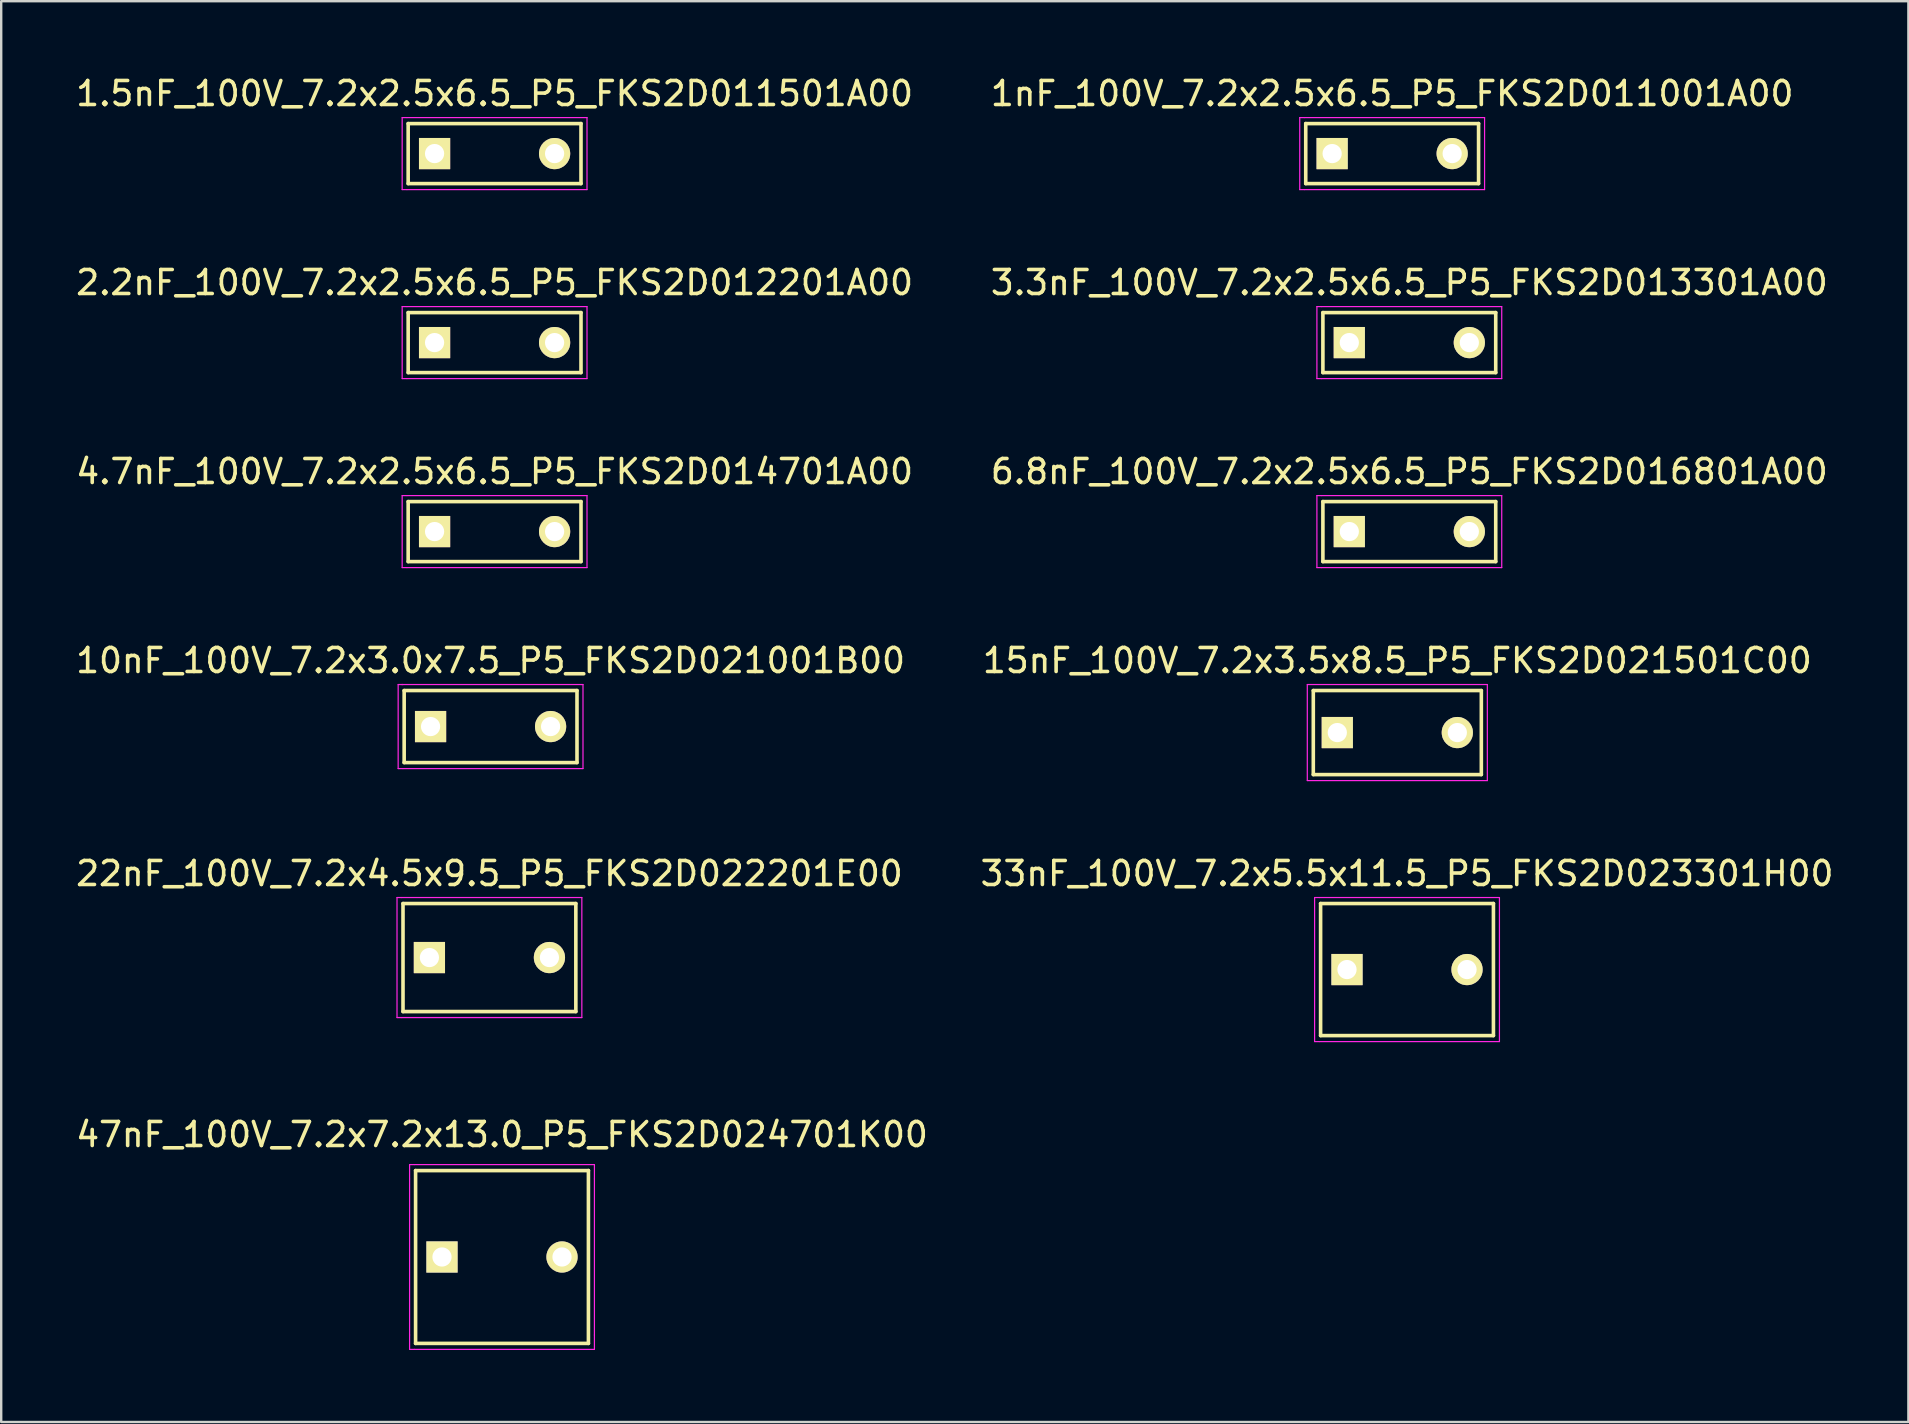
<source format=kicad_pcb>
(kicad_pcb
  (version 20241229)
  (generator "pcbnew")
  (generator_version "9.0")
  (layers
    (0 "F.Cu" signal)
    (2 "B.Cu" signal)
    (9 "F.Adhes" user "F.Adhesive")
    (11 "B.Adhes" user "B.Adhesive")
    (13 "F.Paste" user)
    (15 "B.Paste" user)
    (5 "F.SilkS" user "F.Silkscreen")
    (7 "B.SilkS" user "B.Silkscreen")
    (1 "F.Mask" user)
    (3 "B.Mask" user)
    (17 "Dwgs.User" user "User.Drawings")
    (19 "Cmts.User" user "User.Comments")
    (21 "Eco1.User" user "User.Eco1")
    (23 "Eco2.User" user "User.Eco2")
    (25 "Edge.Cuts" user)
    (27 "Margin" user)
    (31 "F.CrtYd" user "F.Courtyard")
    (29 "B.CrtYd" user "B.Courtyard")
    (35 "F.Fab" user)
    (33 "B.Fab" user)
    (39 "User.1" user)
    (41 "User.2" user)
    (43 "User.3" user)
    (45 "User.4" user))
  (footprint "47nF_100V_7.2x7.2x13.0_P5_FKS2D024701K00"
    (layer "F.Cu")
    (at 15.363 49.315)
    (property "Reference" "47nF_100V_7.2x7.2x13.0_P5_FKS2D024701K00" (at 2.5 -5.1 0) (layer "F.SilkS") (effects (font (size 1 1) (thickness 0.15))))
    (attr through_hole)
    (fp_line (start -1.1 -3.6) (end -1.1 3.6) (stroke (width 0.15) (type solid)) (layer "F.SilkS"))
    (fp_line (start -1.1 -3.6) (end 6.1 -3.6) (stroke (width 0.15) (type solid)) (layer "F.SilkS"))
    (fp_line (start 6.1 -3.6) (end 6.1 3.6) (stroke (width 0.15) (type solid)) (layer "F.SilkS"))
    (fp_line (start 6.1 3.6) (end -1.1 3.6) (stroke (width 0.15) (type solid)) (layer "F.SilkS"))
    (fp_line (start -1.35 -3.25) (end -1.35 -3.85) (stroke (width 0.05) (type solid)) (layer "F.CrtYd"))
    (fp_line (start -1.35 3.25) (end -1.35 -3.25) (stroke (width 0.05) (type solid)) (layer "F.CrtYd"))
    (fp_line (start -1.35 3.25) (end -1.35 3.85) (stroke (width 0.05) (type solid)) (layer "F.CrtYd"))
    (fp_line (start -1.15 -3.85) (end -1.35 -3.85) (stroke (width 0.05) (type solid)) (layer "F.CrtYd"))
    (fp_line (start -1.15 -3.85) (end 6.35 -3.85) (stroke (width 0.05) (type solid)) (layer "F.CrtYd"))
    (fp_line (start -1.15 3.85) (end -1.35 3.85) (stroke (width 0.05) (type solid)) (layer "F.CrtYd"))
    (fp_line (start 6.35 -3.85) (end 6.35 -3.25) (stroke (width 0.05) (type solid)) (layer "F.CrtYd"))
    (fp_line (start 6.35 -3.25) (end 6.35 3.25) (stroke (width 0.05) (type solid)) (layer "F.CrtYd"))
    (fp_line (start 6.35 3.25) (end 6.35 3.85) (stroke (width 0.05) (type solid)) (layer "F.CrtYd"))
    (fp_line (start 6.35 3.85) (end -1.15 3.85) (stroke (width 0.05) (type solid)) (layer "F.CrtYd"))
    (pad "1" thru_hole rect (at 0 0) (size 1.3 1.3) (drill 0.8) (layers "*.Cu" "*.Mask" "F.SilkS"))
    (pad "2" thru_hole circle (at 5 0) (size 1.3 1.3) (drill 0.8) (layers "*.Cu" "*.Mask" "F.SilkS")))
  (footprint "15nF_100V_7.2x3.5x8.5_P5_FKS2D021501C00"
    (layer "F.Cu")
    (at 52.661 27.468)
    (property "Reference" "15nF_100V_7.2x3.5x8.5_P5_FKS2D021501C00" (at 2.5 -3 0) (layer "F.SilkS") (effects (font (size 1 1) (thickness 0.15))))
    (attr through_hole)
    (fp_line (start -1 -1.75) (end 6 -1.75) (stroke (width 0.15) (type solid)) (layer "F.SilkS"))
    (fp_line (start -1 1.75) (end -1 -1.75) (stroke (width 0.15) (type solid)) (layer "F.SilkS"))
    (fp_line (start 6 -1.75) (end 6 1.75) (stroke (width 0.15) (type solid)) (layer "F.SilkS"))
    (fp_line (start 6 1.75) (end -1 1.75) (stroke (width 0.15) (type solid)) (layer "F.SilkS"))
    (fp_line (start -1.25 -2) (end 6.25 -2) (stroke (width 0.05) (type solid)) (layer "F.CrtYd"))
    (fp_line (start -1.25 2) (end -1.25 -2) (stroke (width 0.05) (type solid)) (layer "F.CrtYd"))
    (fp_line (start 6.25 -2) (end 6.25 2) (stroke (width 0.05) (type solid)) (layer "F.CrtYd"))
    (fp_line (start 6.25 2) (end -1.25 2) (stroke (width 0.05) (type solid)) (layer "F.CrtYd"))
    (pad "1" thru_hole rect (at 0 0) (size 1.3 1.3) (drill 0.8) (layers "*.Cu" "*.Mask" "F.SilkS"))
    (pad "2" thru_hole circle (at 5 0) (size 1.3 1.3) (drill 0.8) (layers "*.Cu" "*.Mask" "F.SilkS")))
  (footprint "1.5nF_100V_7.2x2.5x6.5_P5_FKS2D011501A00"
    (layer "F.Cu")
    (at 15.054 3.348)
    (property "Reference" "1.5nF_100V_7.2x2.5x6.5_P5_FKS2D011501A00" (at 2.5 -2.5 0) (layer "F.SilkS") (effects (font (size 1 1) (thickness 0.15))))
    (attr through_hole)
    (fp_line (start -1.1 -1.25) (end 6.1 -1.25) (stroke (width 0.15) (type solid)) (layer "F.SilkS"))
    (fp_line (start -1.1 1.25) (end -1.1 -1.25) (stroke (width 0.15) (type solid)) (layer "F.SilkS"))
    (fp_line (start 6.1 -1.25) (end 6.1 1.25) (stroke (width 0.15) (type solid)) (layer "F.SilkS"))
    (fp_line (start 6.1 1.25) (end -1.1 1.25) (stroke (width 0.15) (type solid)) (layer "F.SilkS"))
    (fp_line (start -1.35 1.5) (end -1.35 -1.5) (stroke (width 0.05) (type solid)) (layer "F.CrtYd"))
    (fp_line (start -1.15 -1.5) (end -1.35 -1.5) (stroke (width 0.05) (type solid)) (layer "F.CrtYd"))
    (fp_line (start -1.15 -1.5) (end 6.35 -1.5) (stroke (width 0.05) (type solid)) (layer "F.CrtYd"))
    (fp_line (start -1.15 1.5) (end -1.35 1.5) (stroke (width 0.05) (type solid)) (layer "F.CrtYd"))
    (fp_line (start 6.35 -1.5) (end 6.35 1.5) (stroke (width 0.05) (type solid)) (layer "F.CrtYd"))
    (fp_line (start 6.35 1.5) (end -1.15 1.5) (stroke (width 0.05) (type solid)) (layer "F.CrtYd"))
    (pad "1" thru_hole rect (at 0 0) (size 1.3 1.3) (drill 0.8) (layers "*.Cu" "*.Mask" "F.SilkS"))
    (pad "2" thru_hole circle (at 5 0) (size 1.3 1.3) (drill 0.8) (layers "*.Cu" "*.Mask" "F.SilkS")))
  (footprint "33nF_100V_7.2x5.5x11.5_P5_FKS2D023301H00"
    (layer "F.Cu")
    (at 53.065 37.341)
    (property "Reference" "33nF_100V_7.2x5.5x11.5_P5_FKS2D023301H00" (at 2.5 -4 0) (layer "F.SilkS") (effects (font (size 1 1) (thickness 0.15))))
    (attr through_hole)
    (fp_line (start -1.1 -2.75) (end 6.1 -2.75) (stroke (width 0.15) (type solid)) (layer "F.SilkS"))
    (fp_line (start -1.1 2.75) (end -1.1 -2.75) (stroke (width 0.15) (type solid)) (layer "F.SilkS"))
    (fp_line (start 6.1 -2.75) (end 6.1 2.75) (stroke (width 0.15) (type solid)) (layer "F.SilkS"))
    (fp_line (start 6.1 2.75) (end -1.1 2.75) (stroke (width 0.15) (type solid)) (layer "F.SilkS"))
    (fp_line (start -1.35 3) (end -1.35 -3) (stroke (width 0.05) (type solid)) (layer "F.CrtYd"))
    (fp_line (start -1.15 -3) (end -1.35 -3) (stroke (width 0.05) (type solid)) (layer "F.CrtYd"))
    (fp_line (start -1.15 -3) (end 6.35 -3) (stroke (width 0.05) (type solid)) (layer "F.CrtYd"))
    (fp_line (start -1.15 3) (end -1.35 3) (stroke (width 0.05) (type solid)) (layer "F.CrtYd"))
    (fp_line (start 6.35 -3) (end 6.35 3) (stroke (width 0.05) (type solid)) (layer "F.CrtYd"))
    (fp_line (start 6.35 3) (end -1.15 3) (stroke (width 0.05) (type solid)) (layer "F.CrtYd"))
    (pad "1" thru_hole rect (at 0 0) (size 1.3 1.3) (drill 0.8) (layers "*.Cu" "*.Mask" "F.SilkS"))
    (pad "2" thru_hole circle (at 5 0) (size 1.3 1.3) (drill 0.8) (layers "*.Cu" "*.Mask" "F.SilkS")))
  (footprint "2.2nF_100V_7.2x2.5x6.5_P5_FKS2D012201A00"
    (layer "F.Cu")
    (at 15.054 11.222)
    (property "Reference" "2.2nF_100V_7.2x2.5x6.5_P5_FKS2D012201A00" (at 2.5 -2.5 0) (layer "F.SilkS") (effects (font (size 1 1) (thickness 0.15))))
    (attr through_hole)
    (fp_line (start -1.1 -1.25) (end 6.1 -1.25) (stroke (width 0.15) (type solid)) (layer "F.SilkS"))
    (fp_line (start -1.1 1.25) (end -1.1 -1.25) (stroke (width 0.15) (type solid)) (layer "F.SilkS"))
    (fp_line (start 6.1 -1.25) (end 6.1 1.25) (stroke (width 0.15) (type solid)) (layer "F.SilkS"))
    (fp_line (start 6.1 1.25) (end -1.1 1.25) (stroke (width 0.15) (type solid)) (layer "F.SilkS"))
    (fp_line (start -1.35 1.5) (end -1.35 -1.5) (stroke (width 0.05) (type solid)) (layer "F.CrtYd"))
    (fp_line (start -1.15 -1.5) (end -1.35 -1.5) (stroke (width 0.05) (type solid)) (layer "F.CrtYd"))
    (fp_line (start -1.15 -1.5) (end 6.35 -1.5) (stroke (width 0.05) (type solid)) (layer "F.CrtYd"))
    (fp_line (start -1.15 1.5) (end -1.35 1.5) (stroke (width 0.05) (type solid)) (layer "F.CrtYd"))
    (fp_line (start 6.35 -1.5) (end 6.35 1.5) (stroke (width 0.05) (type solid)) (layer "F.CrtYd"))
    (fp_line (start 6.35 1.5) (end -1.15 1.5) (stroke (width 0.05) (type solid)) (layer "F.CrtYd"))
    (pad "1" thru_hole rect (at 0 0) (size 1.3 1.3) (drill 0.8) (layers "*.Cu" "*.Mask" "F.SilkS"))
    (pad "2" thru_hole circle (at 5 0) (size 1.3 1.3) (drill 0.8) (layers "*.Cu" "*.Mask" "F.SilkS")))
  (footprint "3.3nF_100V_7.2x2.5x6.5_P5_FKS2D013301A00"
    (layer "F.Cu")
    (at 53.161 11.222)
    (property "Reference" "3.3nF_100V_7.2x2.5x6.5_P5_FKS2D013301A00" (at 2.5 -2.5 0) (layer "F.SilkS") (effects (font (size 1 1) (thickness 0.15))))
    (attr through_hole)
    (fp_line (start -1.1 -1.25) (end 6.1 -1.25) (stroke (width 0.15) (type solid)) (layer "F.SilkS"))
    (fp_line (start -1.1 1.25) (end -1.1 -1.25) (stroke (width 0.15) (type solid)) (layer "F.SilkS"))
    (fp_line (start 6.1 -1.25) (end 6.1 1.25) (stroke (width 0.15) (type solid)) (layer "F.SilkS"))
    (fp_line (start 6.1 1.25) (end -1.1 1.25) (stroke (width 0.15) (type solid)) (layer "F.SilkS"))
    (fp_line (start -1.35 1.5) (end -1.35 -1.5) (stroke (width 0.05) (type solid)) (layer "F.CrtYd"))
    (fp_line (start -1.15 -1.5) (end -1.35 -1.5) (stroke (width 0.05) (type solid)) (layer "F.CrtYd"))
    (fp_line (start -1.15 -1.5) (end 6.35 -1.5) (stroke (width 0.05) (type solid)) (layer "F.CrtYd"))
    (fp_line (start -1.15 1.5) (end -1.35 1.5) (stroke (width 0.05) (type solid)) (layer "F.CrtYd"))
    (fp_line (start 6.35 -1.5) (end 6.35 1.5) (stroke (width 0.05) (type solid)) (layer "F.CrtYd"))
    (fp_line (start 6.35 1.5) (end -1.15 1.5) (stroke (width 0.05) (type solid)) (layer "F.CrtYd"))
    (pad "1" thru_hole rect (at 0 0) (size 1.3 1.3) (drill 0.8) (layers "*.Cu" "*.Mask" "F.SilkS"))
    (pad "2" thru_hole circle (at 5 0) (size 1.3 1.3) (drill 0.8) (layers "*.Cu" "*.Mask" "F.SilkS")))
  (footprint "10nF_100V_7.2x3.0x7.5_P5_FKS2D021001B00"
    (layer "F.Cu")
    (at 14.887 27.218)
    (property "Reference" "10nF_100V_7.2x3.0x7.5_P5_FKS2D021001B00" (at 2.5 -2.75 0) (layer "F.SilkS") (effects (font (size 1 1) (thickness 0.15))))
    (attr through_hole)
    (fp_line (start -1.1 -1.5) (end 6.1 -1.5) (stroke (width 0.15) (type solid)) (layer "F.SilkS"))
    (fp_line (start -1.1 1.5) (end -1.1 -1.5) (stroke (width 0.15) (type solid)) (layer "F.SilkS"))
    (fp_line (start 6.1 -1.5) (end 6.1 1.5) (stroke (width 0.15) (type solid)) (layer "F.SilkS"))
    (fp_line (start 6.1 1.5) (end -1.1 1.5) (stroke (width 0.15) (type solid)) (layer "F.SilkS"))
    (fp_line (start -1.35 1.75) (end -1.35 -1.75) (stroke (width 0.05) (type solid)) (layer "F.CrtYd"))
    (fp_line (start -1.2 -1.75) (end 6.3 -1.75) (stroke (width 0.05) (type solid)) (layer "F.CrtYd"))
    (fp_line (start -1.15 -1.75) (end -1.35 -1.75) (stroke (width 0.05) (type solid)) (layer "F.CrtYd"))
    (fp_line (start -1.15 1.75) (end -1.35 1.75) (stroke (width 0.05) (type solid)) (layer "F.CrtYd"))
    (fp_line (start 6.35 -1.75) (end 6.3 -1.75) (stroke (width 0.05) (type solid)) (layer "F.CrtYd"))
    (fp_line (start 6.35 1.75) (end -1.15 1.75) (stroke (width 0.05) (type solid)) (layer "F.CrtYd"))
    (fp_line (start 6.35 1.75) (end 6.35 -1.75) (stroke (width 0.05) (type solid)) (layer "F.CrtYd"))
    (pad "1" thru_hole rect (at 0 0) (size 1.3 1.3) (drill 0.8) (layers "*.Cu" "*.Mask" "F.SilkS"))
    (pad "2" thru_hole circle (at 5 0) (size 1.3 1.3) (drill 0.8) (layers "*.Cu" "*.Mask" "F.SilkS")))
  (footprint "22nF_100V_7.2x4.5x9.5_P5_FKS2D022201E00"
    (layer "F.Cu")
    (at 14.839 36.841)
    (property "Reference" "22nF_100V_7.2x4.5x9.5_P5_FKS2D022201E00" (at 2.5 -3.5 0) (layer "F.SilkS") (effects (font (size 1 1) (thickness 0.15))))
    (attr through_hole)
    (fp_line (start -1.1 -2.25) (end 6.1 -2.25) (stroke (width 0.15) (type solid)) (layer "F.SilkS"))
    (fp_line (start -1.1 2.25) (end -1.1 -2.25) (stroke (width 0.15) (type solid)) (layer "F.SilkS"))
    (fp_line (start 6.1 -2.25) (end 6.1 2.25) (stroke (width 0.15) (type solid)) (layer "F.SilkS"))
    (fp_line (start 6.1 2.25) (end -1.1 2.25) (stroke (width 0.15) (type solid)) (layer "F.SilkS"))
    (fp_line (start -1.35 2.5) (end -1.35 -2.5) (stroke (width 0.05) (type solid)) (layer "F.CrtYd"))
    (fp_line (start -1.15 -2.5) (end -1.35 -2.5) (stroke (width 0.05) (type solid)) (layer "F.CrtYd"))
    (fp_line (start -1.15 -2.5) (end 6.35 -2.5) (stroke (width 0.05) (type solid)) (layer "F.CrtYd"))
    (fp_line (start -1.15 2.5) (end -1.35 2.5) (stroke (width 0.05) (type solid)) (layer "F.CrtYd"))
    (fp_line (start 6.35 2.5) (end -1.15 2.5) (stroke (width 0.05) (type solid)) (layer "F.CrtYd"))
    (fp_line (start 6.35 2.5) (end 6.35 -2.5) (stroke (width 0.05) (type solid)) (layer "F.CrtYd"))
    (pad "1" thru_hole rect (at 0 0) (size 1.3 1.3) (drill 0.8) (layers "*.Cu" "*.Mask" "F.SilkS"))
    (pad "2" thru_hole circle (at 5 0) (size 1.3 1.3) (drill 0.8) (layers "*.Cu" "*.Mask" "F.SilkS")))
  (footprint "1nF_100V_7.2x2.5x6.5_P5_FKS2D011001A00"
    (layer "F.Cu")
    (at 52.446 3.348)
    (property "Reference" "1nF_100V_7.2x2.5x6.5_P5_FKS2D011001A00" (at 2.5 -2.5 0) (layer "F.SilkS") (effects (font (size 1 1) (thickness 0.15))))
    (attr through_hole)
    (fp_line (start -1.1 -1.25) (end 6.1 -1.25) (stroke (width 0.15) (type solid)) (layer "F.SilkS"))
    (fp_line (start -1.1 1.25) (end -1.1 -1.25) (stroke (width 0.15) (type solid)) (layer "F.SilkS"))
    (fp_line (start 6.1 -1.25) (end 6.1 1.25) (stroke (width 0.15) (type solid)) (layer "F.SilkS"))
    (fp_line (start 6.1 1.25) (end -1.1 1.25) (stroke (width 0.15) (type solid)) (layer "F.SilkS"))
    (fp_line (start -1.35 1.5) (end -1.35 -1.5) (stroke (width 0.05) (type solid)) (layer "F.CrtYd"))
    (fp_line (start -1.15 -1.5) (end -1.35 -1.5) (stroke (width 0.05) (type solid)) (layer "F.CrtYd"))
    (fp_line (start -1.15 -1.5) (end 6.35 -1.5) (stroke (width 0.05) (type solid)) (layer "F.CrtYd"))
    (fp_line (start -1.15 1.5) (end -1.35 1.5) (stroke (width 0.05) (type solid)) (layer "F.CrtYd"))
    (fp_line (start 6.35 -1.5) (end 6.35 1.5) (stroke (width 0.05) (type solid)) (layer "F.CrtYd"))
    (fp_line (start 6.35 1.5) (end -1.15 1.5) (stroke (width 0.05) (type solid)) (layer "F.CrtYd"))
    (pad "1" thru_hole rect (at 0 0) (size 1.3 1.3) (drill 0.8) (layers "*.Cu" "*.Mask" "F.SilkS"))
    (pad "2" thru_hole circle (at 5 0) (size 1.3 1.3) (drill 0.8) (layers "*.Cu" "*.Mask" "F.SilkS")))
  (footprint "6.8nF_100V_7.2x2.5x6.5_P5_FKS2D016801A00"
    (layer "F.Cu")
    (at 53.161 19.095)
    (property "Reference" "6.8nF_100V_7.2x2.5x6.5_P5_FKS2D016801A00" (at 2.5 -2.5 0) (layer "F.SilkS") (effects (font (size 1 1) (thickness 0.15))))
    (attr through_hole)
    (fp_line (start -1.1 -1.25) (end 6.1 -1.25) (stroke (width 0.15) (type solid)) (layer "F.SilkS"))
    (fp_line (start -1.1 1.25) (end -1.1 -1.25) (stroke (width 0.15) (type solid)) (layer "F.SilkS"))
    (fp_line (start 6.1 -1.25) (end 6.1 1.25) (stroke (width 0.15) (type solid)) (layer "F.SilkS"))
    (fp_line (start 6.1 1.25) (end -1.1 1.25) (stroke (width 0.15) (type solid)) (layer "F.SilkS"))
    (fp_line (start -1.35 1.5) (end -1.35 -1.5) (stroke (width 0.05) (type solid)) (layer "F.CrtYd"))
    (fp_line (start -1.15 -1.5) (end -1.35 -1.5) (stroke (width 0.05) (type solid)) (layer "F.CrtYd"))
    (fp_line (start -1.15 -1.5) (end 6.35 -1.5) (stroke (width 0.05) (type solid)) (layer "F.CrtYd"))
    (fp_line (start -1.15 1.5) (end -1.35 1.5) (stroke (width 0.05) (type solid)) (layer "F.CrtYd"))
    (fp_line (start 6.35 -1.5) (end 6.35 1.5) (stroke (width 0.05) (type solid)) (layer "F.CrtYd"))
    (fp_line (start 6.35 1.5) (end -1.15 1.5) (stroke (width 0.05) (type solid)) (layer "F.CrtYd"))
    (pad "1" thru_hole rect (at 0 0) (size 1.3 1.3) (drill 0.8) (layers "*.Cu" "*.Mask" "F.SilkS"))
    (pad "2" thru_hole circle (at 5 0) (size 1.3 1.3) (drill 0.8) (layers "*.Cu" "*.Mask" "F.SilkS")))
  (footprint "4.7nF_100V_7.2x2.5x6.5_P5_FKS2D014701A00"
    (layer "F.Cu")
    (at 15.054 19.095)
    (property "Reference" "4.7nF_100V_7.2x2.5x6.5_P5_FKS2D014701A00" (at 2.5 -2.5 0) (layer "F.SilkS") (effects (font (size 1 1) (thickness 0.15))))
    (attr through_hole)
    (fp_line (start -1.1 -1.25) (end 6.1 -1.25) (stroke (width 0.15) (type solid)) (layer "F.SilkS"))
    (fp_line (start -1.1 1.25) (end -1.1 -1.25) (stroke (width 0.15) (type solid)) (layer "F.SilkS"))
    (fp_line (start 6.1 -1.25) (end 6.1 1.25) (stroke (width 0.15) (type solid)) (layer "F.SilkS"))
    (fp_line (start 6.1 1.25) (end -1.1 1.25) (stroke (width 0.15) (type solid)) (layer "F.SilkS"))
    (fp_line (start -1.35 1.5) (end -1.35 -1.5) (stroke (width 0.05) (type solid)) (layer "F.CrtYd"))
    (fp_line (start -1.15 -1.5) (end -1.35 -1.5) (stroke (width 0.05) (type solid)) (layer "F.CrtYd"))
    (fp_line (start -1.15 -1.5) (end 6.35 -1.5) (stroke (width 0.05) (type solid)) (layer "F.CrtYd"))
    (fp_line (start -1.15 1.5) (end -1.35 1.5) (stroke (width 0.05) (type solid)) (layer "F.CrtYd"))
    (fp_line (start 6.35 -1.5) (end 6.35 1.5) (stroke (width 0.05) (type solid)) (layer "F.CrtYd"))
    (fp_line (start 6.35 1.5) (end -1.15 1.5) (stroke (width 0.05) (type solid)) (layer "F.CrtYd"))
    (pad "1" thru_hole rect (at 0 0) (size 1.3 1.3) (drill 0.8) (layers "*.Cu" "*.Mask" "F.SilkS"))
    (pad "2" thru_hole circle (at 5 0) (size 1.3 1.3) (drill 0.8) (layers "*.Cu" "*.Mask" "F.SilkS")))
  (gr_rect
    (start -3 -3)
    (end 76.452 56.19)
    (stroke (width 0.1) (type default))
    (fill no)
    (layer "Edge.Cuts")))
</source>
